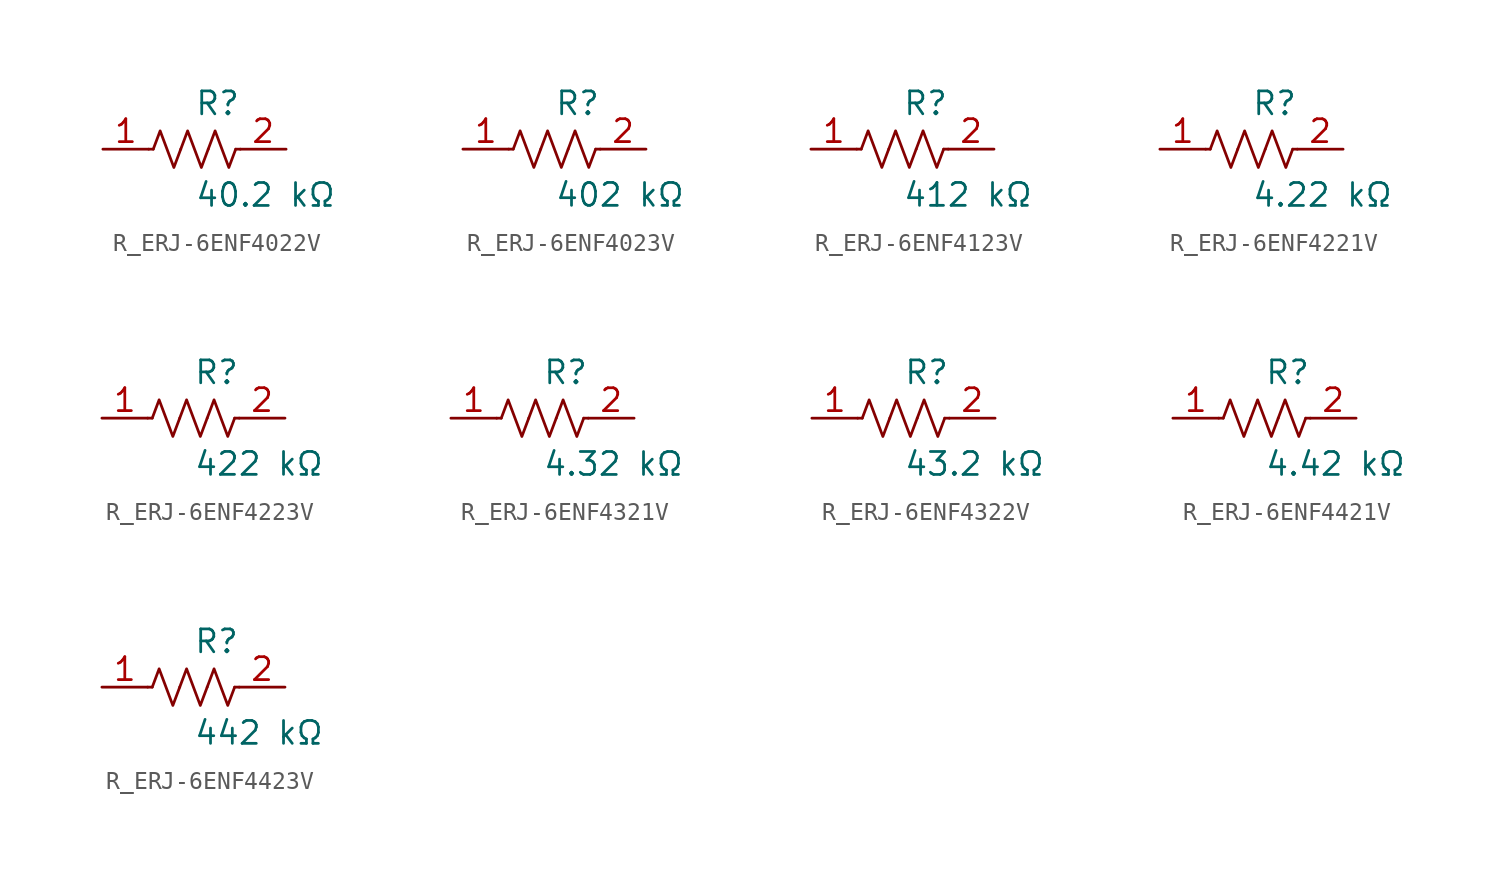
<source format=kicad_sym>
(kicad_symbol_lib
  (version 20231120)
  (generator kicad_symbol_editor)
  (generator_version 8.0)
  (symbol "R_ERJ-6ENF4022V"
    (pin_names
      (offset 0.254))
    (property "Reference" "R"
      (at 0.0 2.54 0)
      (effects (font (size 1.27 1.27)) (justify left)))
    (property "Value" "40.2 kΩ"
      (at 0.0 -2.54 0)
      (effects (font (size 1.27 1.27)) (justify left)))
    (symbol "R_ERJ-6ENF4022V_0_1"
      (polyline (pts (xy 2.286 0) (xy 2.54 0)) (stroke (width 0) (type default)) (fill (type none)))
      (polyline (pts (xy -2.286 0) (xy -2.54 0)) (stroke (width 0) (type default)) (fill (type none)))
      (polyline (pts (xy 0.762 0) (xy 1.143 1.016) (xy 1.524 0) (xy 1.905 -1.016) (xy 2.286 0)) (stroke (width 0) (type default)) (fill (type none)))
      (polyline (pts (xy -0.762 0) (xy -0.381 1.016) (xy 0 0) (xy 0.381 -1.016) (xy 0.762 0)) (stroke (width 0) (type default)) (fill (type none)))
      (polyline (pts (xy -2.286 0) (xy -1.905 1.016) (xy -1.524 0) (xy -1.143 -1.016) (xy -0.762 0)) (stroke (width 0) (type default)) (fill (type none))))
    (pin unspecified line
      (at -5.08 0 0)
      (length 2.54)
      (name "" (effects (font (size 1.27 1.27))))
      (number "1" (effects (font (size 1.27 1.27)))))
    (pin unspecified line
      (at 5.08 0 180)
      (length 2.54)
      (name "" (effects (font (size 1.27 1.27))))
      (number "2" (effects (font (size 1.27 1.27))))))
  (symbol "R_ERJ-6ENF4023V"
    (pin_names
      (offset 0.254))
    (property "Reference" "R"
      (at 0.0 2.54 0)
      (effects (font (size 1.27 1.27)) (justify left)))
    (property "Value" "402 kΩ"
      (at 0.0 -2.54 0)
      (effects (font (size 1.27 1.27)) (justify left)))
    (symbol "R_ERJ-6ENF4023V_0_1"
      (polyline (pts (xy 2.286 0) (xy 2.54 0)) (stroke (width 0) (type default)) (fill (type none)))
      (polyline (pts (xy -2.286 0) (xy -2.54 0)) (stroke (width 0) (type default)) (fill (type none)))
      (polyline (pts (xy 0.762 0) (xy 1.143 1.016) (xy 1.524 0) (xy 1.905 -1.016) (xy 2.286 0)) (stroke (width 0) (type default)) (fill (type none)))
      (polyline (pts (xy -0.762 0) (xy -0.381 1.016) (xy 0 0) (xy 0.381 -1.016) (xy 0.762 0)) (stroke (width 0) (type default)) (fill (type none)))
      (polyline (pts (xy -2.286 0) (xy -1.905 1.016) (xy -1.524 0) (xy -1.143 -1.016) (xy -0.762 0)) (stroke (width 0) (type default)) (fill (type none))))
    (pin unspecified line
      (at -5.08 0 0)
      (length 2.54)
      (name "" (effects (font (size 1.27 1.27))))
      (number "1" (effects (font (size 1.27 1.27)))))
    (pin unspecified line
      (at 5.08 0 180)
      (length 2.54)
      (name "" (effects (font (size 1.27 1.27))))
      (number "2" (effects (font (size 1.27 1.27))))))
  (symbol "R_ERJ-6ENF4123V"
    (pin_names
      (offset 0.254))
    (property "Reference" "R"
      (at 0.0 2.54 0)
      (effects (font (size 1.27 1.27)) (justify left)))
    (property "Value" "412 kΩ"
      (at 0.0 -2.54 0)
      (effects (font (size 1.27 1.27)) (justify left)))
    (symbol "R_ERJ-6ENF4123V_0_1"
      (polyline (pts (xy 2.286 0) (xy 2.54 0)) (stroke (width 0) (type default)) (fill (type none)))
      (polyline (pts (xy -2.286 0) (xy -2.54 0)) (stroke (width 0) (type default)) (fill (type none)))
      (polyline (pts (xy 0.762 0) (xy 1.143 1.016) (xy 1.524 0) (xy 1.905 -1.016) (xy 2.286 0)) (stroke (width 0) (type default)) (fill (type none)))
      (polyline (pts (xy -0.762 0) (xy -0.381 1.016) (xy 0 0) (xy 0.381 -1.016) (xy 0.762 0)) (stroke (width 0) (type default)) (fill (type none)))
      (polyline (pts (xy -2.286 0) (xy -1.905 1.016) (xy -1.524 0) (xy -1.143 -1.016) (xy -0.762 0)) (stroke (width 0) (type default)) (fill (type none))))
    (pin unspecified line
      (at -5.08 0 0)
      (length 2.54)
      (name "" (effects (font (size 1.27 1.27))))
      (number "1" (effects (font (size 1.27 1.27)))))
    (pin unspecified line
      (at 5.08 0 180)
      (length 2.54)
      (name "" (effects (font (size 1.27 1.27))))
      (number "2" (effects (font (size 1.27 1.27))))))
  (symbol "R_ERJ-6ENF4221V"
    (pin_names
      (offset 0.254))
    (property "Reference" "R"
      (at 0.0 2.54 0)
      (effects (font (size 1.27 1.27)) (justify left)))
    (property "Value" "4.22 kΩ"
      (at 0.0 -2.54 0)
      (effects (font (size 1.27 1.27)) (justify left)))
    (symbol "R_ERJ-6ENF4221V_0_1"
      (polyline (pts (xy 2.286 0) (xy 2.54 0)) (stroke (width 0) (type default)) (fill (type none)))
      (polyline (pts (xy -2.286 0) (xy -2.54 0)) (stroke (width 0) (type default)) (fill (type none)))
      (polyline (pts (xy 0.762 0) (xy 1.143 1.016) (xy 1.524 0) (xy 1.905 -1.016) (xy 2.286 0)) (stroke (width 0) (type default)) (fill (type none)))
      (polyline (pts (xy -0.762 0) (xy -0.381 1.016) (xy 0 0) (xy 0.381 -1.016) (xy 0.762 0)) (stroke (width 0) (type default)) (fill (type none)))
      (polyline (pts (xy -2.286 0) (xy -1.905 1.016) (xy -1.524 0) (xy -1.143 -1.016) (xy -0.762 0)) (stroke (width 0) (type default)) (fill (type none))))
    (pin unspecified line
      (at -5.08 0 0)
      (length 2.54)
      (name "" (effects (font (size 1.27 1.27))))
      (number "1" (effects (font (size 1.27 1.27)))))
    (pin unspecified line
      (at 5.08 0 180)
      (length 2.54)
      (name "" (effects (font (size 1.27 1.27))))
      (number "2" (effects (font (size 1.27 1.27))))))
  (symbol "R_ERJ-6ENF4223V"
    (pin_names
      (offset 0.254))
    (property "Reference" "R"
      (at 0.0 2.54 0)
      (effects (font (size 1.27 1.27)) (justify left)))
    (property "Value" "422 kΩ"
      (at 0.0 -2.54 0)
      (effects (font (size 1.27 1.27)) (justify left)))
    (symbol "R_ERJ-6ENF4223V_0_1"
      (polyline (pts (xy 2.286 0) (xy 2.54 0)) (stroke (width 0) (type default)) (fill (type none)))
      (polyline (pts (xy -2.286 0) (xy -2.54 0)) (stroke (width 0) (type default)) (fill (type none)))
      (polyline (pts (xy 0.762 0) (xy 1.143 1.016) (xy 1.524 0) (xy 1.905 -1.016) (xy 2.286 0)) (stroke (width 0) (type default)) (fill (type none)))
      (polyline (pts (xy -0.762 0) (xy -0.381 1.016) (xy 0 0) (xy 0.381 -1.016) (xy 0.762 0)) (stroke (width 0) (type default)) (fill (type none)))
      (polyline (pts (xy -2.286 0) (xy -1.905 1.016) (xy -1.524 0) (xy -1.143 -1.016) (xy -0.762 0)) (stroke (width 0) (type default)) (fill (type none))))
    (pin unspecified line
      (at -5.08 0 0)
      (length 2.54)
      (name "" (effects (font (size 1.27 1.27))))
      (number "1" (effects (font (size 1.27 1.27)))))
    (pin unspecified line
      (at 5.08 0 180)
      (length 2.54)
      (name "" (effects (font (size 1.27 1.27))))
      (number "2" (effects (font (size 1.27 1.27))))))
  (symbol "R_ERJ-6ENF4321V"
    (pin_names
      (offset 0.254))
    (property "Reference" "R"
      (at 0.0 2.54 0)
      (effects (font (size 1.27 1.27)) (justify left)))
    (property "Value" "4.32 kΩ"
      (at 0.0 -2.54 0)
      (effects (font (size 1.27 1.27)) (justify left)))
    (symbol "R_ERJ-6ENF4321V_0_1"
      (polyline (pts (xy 2.286 0) (xy 2.54 0)) (stroke (width 0) (type default)) (fill (type none)))
      (polyline (pts (xy -2.286 0) (xy -2.54 0)) (stroke (width 0) (type default)) (fill (type none)))
      (polyline (pts (xy 0.762 0) (xy 1.143 1.016) (xy 1.524 0) (xy 1.905 -1.016) (xy 2.286 0)) (stroke (width 0) (type default)) (fill (type none)))
      (polyline (pts (xy -0.762 0) (xy -0.381 1.016) (xy 0 0) (xy 0.381 -1.016) (xy 0.762 0)) (stroke (width 0) (type default)) (fill (type none)))
      (polyline (pts (xy -2.286 0) (xy -1.905 1.016) (xy -1.524 0) (xy -1.143 -1.016) (xy -0.762 0)) (stroke (width 0) (type default)) (fill (type none))))
    (pin unspecified line
      (at -5.08 0 0)
      (length 2.54)
      (name "" (effects (font (size 1.27 1.27))))
      (number "1" (effects (font (size 1.27 1.27)))))
    (pin unspecified line
      (at 5.08 0 180)
      (length 2.54)
      (name "" (effects (font (size 1.27 1.27))))
      (number "2" (effects (font (size 1.27 1.27))))))
  (symbol "R_ERJ-6ENF4322V"
    (pin_names
      (offset 0.254))
    (property "Reference" "R"
      (at 0.0 2.54 0)
      (effects (font (size 1.27 1.27)) (justify left)))
    (property "Value" "43.2 kΩ"
      (at 0.0 -2.54 0)
      (effects (font (size 1.27 1.27)) (justify left)))
    (symbol "R_ERJ-6ENF4322V_0_1"
      (polyline (pts (xy 2.286 0) (xy 2.54 0)) (stroke (width 0) (type default)) (fill (type none)))
      (polyline (pts (xy -2.286 0) (xy -2.54 0)) (stroke (width 0) (type default)) (fill (type none)))
      (polyline (pts (xy 0.762 0) (xy 1.143 1.016) (xy 1.524 0) (xy 1.905 -1.016) (xy 2.286 0)) (stroke (width 0) (type default)) (fill (type none)))
      (polyline (pts (xy -0.762 0) (xy -0.381 1.016) (xy 0 0) (xy 0.381 -1.016) (xy 0.762 0)) (stroke (width 0) (type default)) (fill (type none)))
      (polyline (pts (xy -2.286 0) (xy -1.905 1.016) (xy -1.524 0) (xy -1.143 -1.016) (xy -0.762 0)) (stroke (width 0) (type default)) (fill (type none))))
    (pin unspecified line
      (at -5.08 0 0)
      (length 2.54)
      (name "" (effects (font (size 1.27 1.27))))
      (number "1" (effects (font (size 1.27 1.27)))))
    (pin unspecified line
      (at 5.08 0 180)
      (length 2.54)
      (name "" (effects (font (size 1.27 1.27))))
      (number "2" (effects (font (size 1.27 1.27))))))
  (symbol "R_ERJ-6ENF4421V"
    (pin_names
      (offset 0.254))
    (property "Reference" "R"
      (at 0.0 2.54 0)
      (effects (font (size 1.27 1.27)) (justify left)))
    (property "Value" "4.42 kΩ"
      (at 0.0 -2.54 0)
      (effects (font (size 1.27 1.27)) (justify left)))
    (symbol "R_ERJ-6ENF4421V_0_1"
      (polyline (pts (xy 2.286 0) (xy 2.54 0)) (stroke (width 0) (type default)) (fill (type none)))
      (polyline (pts (xy -2.286 0) (xy -2.54 0)) (stroke (width 0) (type default)) (fill (type none)))
      (polyline (pts (xy 0.762 0) (xy 1.143 1.016) (xy 1.524 0) (xy 1.905 -1.016) (xy 2.286 0)) (stroke (width 0) (type default)) (fill (type none)))
      (polyline (pts (xy -0.762 0) (xy -0.381 1.016) (xy 0 0) (xy 0.381 -1.016) (xy 0.762 0)) (stroke (width 0) (type default)) (fill (type none)))
      (polyline (pts (xy -2.286 0) (xy -1.905 1.016) (xy -1.524 0) (xy -1.143 -1.016) (xy -0.762 0)) (stroke (width 0) (type default)) (fill (type none))))
    (pin unspecified line
      (at -5.08 0 0)
      (length 2.54)
      (name "" (effects (font (size 1.27 1.27))))
      (number "1" (effects (font (size 1.27 1.27)))))
    (pin unspecified line
      (at 5.08 0 180)
      (length 2.54)
      (name "" (effects (font (size 1.27 1.27))))
      (number "2" (effects (font (size 1.27 1.27))))))
  (symbol "R_ERJ-6ENF4423V"
    (pin_names
      (offset 0.254))
    (property "Reference" "R"
      (at 0.0 2.54 0)
      (effects (font (size 1.27 1.27)) (justify left)))
    (property "Value" "442 kΩ"
      (at 0.0 -2.54 0)
      (effects (font (size 1.27 1.27)) (justify left)))
    (symbol "R_ERJ-6ENF4423V_0_1"
      (polyline (pts (xy 2.286 0) (xy 2.54 0)) (stroke (width 0) (type default)) (fill (type none)))
      (polyline (pts (xy -2.286 0) (xy -2.54 0)) (stroke (width 0) (type default)) (fill (type none)))
      (polyline (pts (xy 0.762 0) (xy 1.143 1.016) (xy 1.524 0) (xy 1.905 -1.016) (xy 2.286 0)) (stroke (width 0) (type default)) (fill (type none)))
      (polyline (pts (xy -0.762 0) (xy -0.381 1.016) (xy 0 0) (xy 0.381 -1.016) (xy 0.762 0)) (stroke (width 0) (type default)) (fill (type none)))
      (polyline (pts (xy -2.286 0) (xy -1.905 1.016) (xy -1.524 0) (xy -1.143 -1.016) (xy -0.762 0)) (stroke (width 0) (type default)) (fill (type none))))
    (pin unspecified line
      (at -5.08 0 0)
      (length 2.54)
      (name "" (effects (font (size 1.27 1.27))))
      (number "1" (effects (font (size 1.27 1.27)))))
    (pin unspecified line
      (at 5.08 0 180)
      (length 2.54)
      (name "" (effects (font (size 1.27 1.27))))
      (number "2" (effects (font (size 1.27 1.27)))))))
</source>
